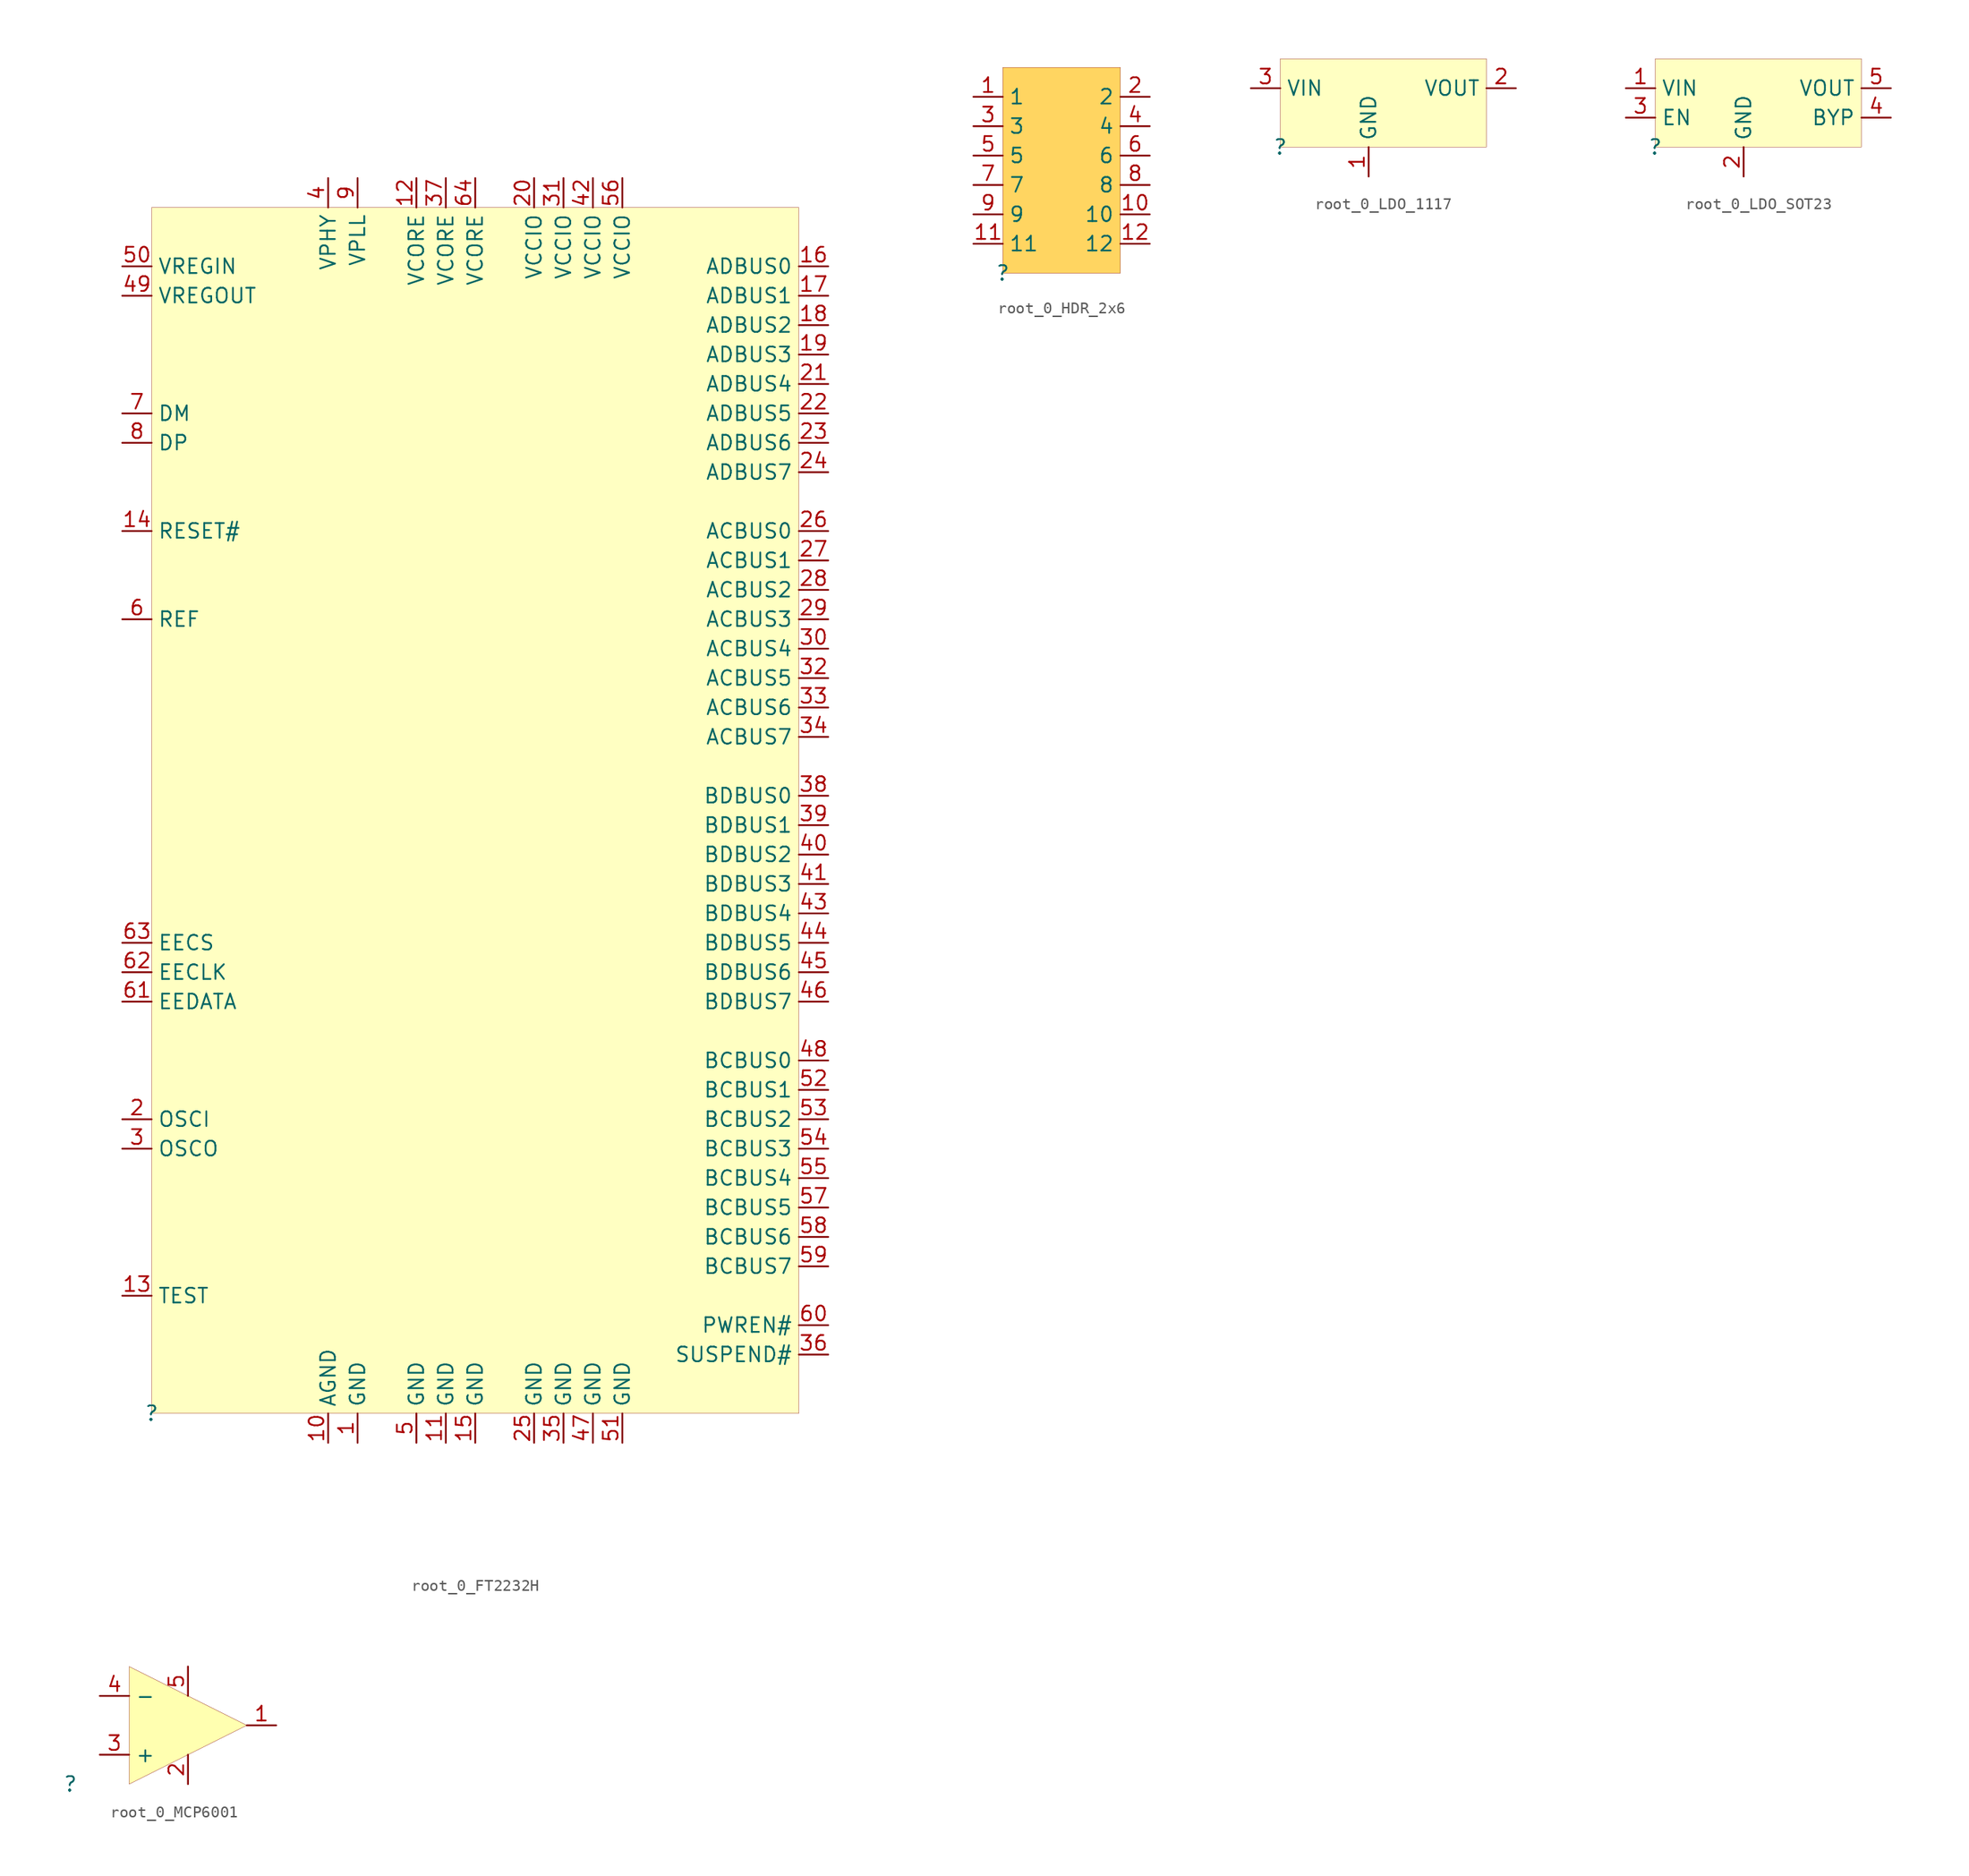
<source format=kicad_sym>
(kicad_symbol_lib
  (version 20231120)
  (generator "kicad_symbol_editor")
  (generator_version "8.0")
  (symbol "root_0_FT2232H"
    (property "Reference" ""
      (at 0 0 0)
      (effects (font (size 1.27 1.27))))
    (property "Value" ""
      (at 0 0 0)
      (effects (font (size 1.27 1.27))))
    (symbol "root_0_FT2232H_1_0"
      (rectangle (start 55.88 104.14) (end 0 0) (stroke (width 0.025) (type solid) (color 128 0 0 1)) (fill (type background)))
      (pin passive line (at 17.78 -2.54 90) (length 2.54) (name "GND" (effects (font (size 1.27 1.27)))) (number "1" (effects (font (size 1.27 1.27)))))
      (pin passive line (at 15.24 -2.54 90) (length 2.54) (name "AGND" (effects (font (size 1.27 1.27)))) (number "10" (effects (font (size 1.27 1.27)))))
      (pin passive line (at 25.4 -2.54 90) (length 2.54) (name "GND" (effects (font (size 1.27 1.27)))) (number "11" (effects (font (size 1.27 1.27)))))
      (pin passive line (at 22.86 106.68 270) (length 2.54) (name "VCORE" (effects (font (size 1.27 1.27)))) (number "12" (effects (font (size 1.27 1.27)))))
      (pin passive line (at -2.54 10.16 0) (length 2.54) (name "TEST" (effects (font (size 1.27 1.27)))) (number "13" (effects (font (size 1.27 1.27)))))
      (pin passive line (at -2.54 76.2 0) (length 2.54) (name "RESET#" (effects (font (size 1.27 1.27)))) (number "14" (effects (font (size 1.27 1.27)))))
      (pin passive line (at 27.94 -2.54 90) (length 2.54) (name "GND" (effects (font (size 1.27 1.27)))) (number "15" (effects (font (size 1.27 1.27)))))
      (pin passive line (at 58.42 99.06 180) (length 2.54) (name "ADBUS0" (effects (font (size 1.27 1.27)))) (number "16" (effects (font (size 1.27 1.27)))))
      (pin passive line (at 58.42 96.52 180) (length 2.54) (name "ADBUS1" (effects (font (size 1.27 1.27)))) (number "17" (effects (font (size 1.27 1.27)))))
      (pin passive line (at 58.42 93.98 180) (length 2.54) (name "ADBUS2" (effects (font (size 1.27 1.27)))) (number "18" (effects (font (size 1.27 1.27)))))
      (pin passive line (at 58.42 91.44 180) (length 2.54) (name "ADBUS3" (effects (font (size 1.27 1.27)))) (number "19" (effects (font (size 1.27 1.27)))))
      (pin passive line (at -2.54 25.4 0) (length 2.54) (name "OSCI" (effects (font (size 1.27 1.27)))) (number "2" (effects (font (size 1.27 1.27)))))
      (pin passive line (at 33.02 106.68 270) (length 2.54) (name "VCCIO" (effects (font (size 1.27 1.27)))) (number "20" (effects (font (size 1.27 1.27)))))
      (pin passive line (at 58.42 88.9 180) (length 2.54) (name "ADBUS4" (effects (font (size 1.27 1.27)))) (number "21" (effects (font (size 1.27 1.27)))))
      (pin passive line (at 58.42 86.36 180) (length 2.54) (name "ADBUS5" (effects (font (size 1.27 1.27)))) (number "22" (effects (font (size 1.27 1.27)))))
      (pin passive line (at 58.42 83.82 180) (length 2.54) (name "ADBUS6" (effects (font (size 1.27 1.27)))) (number "23" (effects (font (size 1.27 1.27)))))
      (pin passive line (at 58.42 81.28 180) (length 2.54) (name "ADBUS7" (effects (font (size 1.27 1.27)))) (number "24" (effects (font (size 1.27 1.27)))))
      (pin passive line (at 33.02 -2.54 90) (length 2.54) (name "GND" (effects (font (size 1.27 1.27)))) (number "25" (effects (font (size 1.27 1.27)))))
      (pin passive line (at 58.42 76.2 180) (length 2.54) (name "ACBUS0" (effects (font (size 1.27 1.27)))) (number "26" (effects (font (size 1.27 1.27)))))
      (pin passive line (at 58.42 73.66 180) (length 2.54) (name "ACBUS1" (effects (font (size 1.27 1.27)))) (number "27" (effects (font (size 1.27 1.27)))))
      (pin passive line (at 58.42 71.12 180) (length 2.54) (name "ACBUS2" (effects (font (size 1.27 1.27)))) (number "28" (effects (font (size 1.27 1.27)))))
      (pin passive line (at 58.42 68.58 180) (length 2.54) (name "ACBUS3" (effects (font (size 1.27 1.27)))) (number "29" (effects (font (size 1.27 1.27)))))
      (pin passive line (at -2.54 22.86 0) (length 2.54) (name "OSCO" (effects (font (size 1.27 1.27)))) (number "3" (effects (font (size 1.27 1.27)))))
      (pin passive line (at 58.42 66.04 180) (length 2.54) (name "ACBUS4" (effects (font (size 1.27 1.27)))) (number "30" (effects (font (size 1.27 1.27)))))
      (pin passive line (at 35.56 106.68 270) (length 2.54) (name "VCCIO" (effects (font (size 1.27 1.27)))) (number "31" (effects (font (size 1.27 1.27)))))
      (pin passive line (at 58.42 63.5 180) (length 2.54) (name "ACBUS5" (effects (font (size 1.27 1.27)))) (number "32" (effects (font (size 1.27 1.27)))))
      (pin passive line (at 58.42 60.96 180) (length 2.54) (name "ACBUS6" (effects (font (size 1.27 1.27)))) (number "33" (effects (font (size 1.27 1.27)))))
      (pin passive line (at 58.42 58.42 180) (length 2.54) (name "ACBUS7" (effects (font (size 1.27 1.27)))) (number "34" (effects (font (size 1.27 1.27)))))
      (pin passive line (at 35.56 -2.54 90) (length 2.54) (name "GND" (effects (font (size 1.27 1.27)))) (number "35" (effects (font (size 1.27 1.27)))))
      (pin passive line (at 58.42 5.08 180) (length 2.54) (name "SUSPEND#" (effects (font (size 1.27 1.27)))) (number "36" (effects (font (size 1.27 1.27)))))
      (pin passive line (at 25.4 106.68 270) (length 2.54) (name "VCORE" (effects (font (size 1.27 1.27)))) (number "37" (effects (font (size 1.27 1.27)))))
      (pin passive line (at 58.42 53.34 180) (length 2.54) (name "BDBUS0" (effects (font (size 1.27 1.27)))) (number "38" (effects (font (size 1.27 1.27)))))
      (pin passive line (at 58.42 50.8 180) (length 2.54) (name "BDBUS1" (effects (font (size 1.27 1.27)))) (number "39" (effects (font (size 1.27 1.27)))))
      (pin passive line (at 15.24 106.68 270) (length 2.54) (name "VPHY" (effects (font (size 1.27 1.27)))) (number "4" (effects (font (size 1.27 1.27)))))
      (pin passive line (at 58.42 48.26 180) (length 2.54) (name "BDBUS2" (effects (font (size 1.27 1.27)))) (number "40" (effects (font (size 1.27 1.27)))))
      (pin passive line (at 58.42 45.72 180) (length 2.54) (name "BDBUS3" (effects (font (size 1.27 1.27)))) (number "41" (effects (font (size 1.27 1.27)))))
      (pin passive line (at 38.1 106.68 270) (length 2.54) (name "VCCIO" (effects (font (size 1.27 1.27)))) (number "42" (effects (font (size 1.27 1.27)))))
      (pin passive line (at 58.42 43.18 180) (length 2.54) (name "BDBUS4" (effects (font (size 1.27 1.27)))) (number "43" (effects (font (size 1.27 1.27)))))
      (pin passive line (at 58.42 40.64 180) (length 2.54) (name "BDBUS5" (effects (font (size 1.27 1.27)))) (number "44" (effects (font (size 1.27 1.27)))))
      (pin passive line (at 58.42 38.1 180) (length 2.54) (name "BDBUS6" (effects (font (size 1.27 1.27)))) (number "45" (effects (font (size 1.27 1.27)))))
      (pin passive line (at 58.42 35.56 180) (length 2.54) (name "BDBUS7" (effects (font (size 1.27 1.27)))) (number "46" (effects (font (size 1.27 1.27)))))
      (pin passive line (at 38.1 -2.54 90) (length 2.54) (name "GND" (effects (font (size 1.27 1.27)))) (number "47" (effects (font (size 1.27 1.27)))))
      (pin passive line (at 58.42 30.48 180) (length 2.54) (name "BCBUS0" (effects (font (size 1.27 1.27)))) (number "48" (effects (font (size 1.27 1.27)))))
      (pin passive line (at -2.54 96.52 0) (length 2.54) (name "VREGOUT" (effects (font (size 1.27 1.27)))) (number "49" (effects (font (size 1.27 1.27)))))
      (pin passive line (at 22.86 -2.54 90) (length 2.54) (name "GND" (effects (font (size 1.27 1.27)))) (number "5" (effects (font (size 1.27 1.27)))))
      (pin passive line (at -2.54 99.06 0) (length 2.54) (name "VREGIN" (effects (font (size 1.27 1.27)))) (number "50" (effects (font (size 1.27 1.27)))))
      (pin passive line (at 40.64 -2.54 90) (length 2.54) (name "GND" (effects (font (size 1.27 1.27)))) (number "51" (effects (font (size 1.27 1.27)))))
      (pin passive line (at 58.42 27.94 180) (length 2.54) (name "BCBUS1" (effects (font (size 1.27 1.27)))) (number "52" (effects (font (size 1.27 1.27)))))
      (pin passive line (at 58.42 25.4 180) (length 2.54) (name "BCBUS2" (effects (font (size 1.27 1.27)))) (number "53" (effects (font (size 1.27 1.27)))))
      (pin passive line (at 58.42 22.86 180) (length 2.54) (name "BCBUS3" (effects (font (size 1.27 1.27)))) (number "54" (effects (font (size 1.27 1.27)))))
      (pin passive line (at 58.42 20.32 180) (length 2.54) (name "BCBUS4" (effects (font (size 1.27 1.27)))) (number "55" (effects (font (size 1.27 1.27)))))
      (pin passive line (at 40.64 106.68 270) (length 2.54) (name "VCCIO" (effects (font (size 1.27 1.27)))) (number "56" (effects (font (size 1.27 1.27)))))
      (pin passive line (at 58.42 17.78 180) (length 2.54) (name "BCBUS5" (effects (font (size 1.27 1.27)))) (number "57" (effects (font (size 1.27 1.27)))))
      (pin passive line (at 58.42 15.24 180) (length 2.54) (name "BCBUS6" (effects (font (size 1.27 1.27)))) (number "58" (effects (font (size 1.27 1.27)))))
      (pin passive line (at 58.42 12.7 180) (length 2.54) (name "BCBUS7" (effects (font (size 1.27 1.27)))) (number "59" (effects (font (size 1.27 1.27)))))
      (pin passive line (at -2.54 68.58 0) (length 2.54) (name "REF" (effects (font (size 1.27 1.27)))) (number "6" (effects (font (size 1.27 1.27)))))
      (pin passive line (at 58.42 7.62 180) (length 2.54) (name "PWREN#" (effects (font (size 1.27 1.27)))) (number "60" (effects (font (size 1.27 1.27)))))
      (pin passive line (at -2.54 35.56 0) (length 2.54) (name "EEDATA" (effects (font (size 1.27 1.27)))) (number "61" (effects (font (size 1.27 1.27)))))
      (pin passive line (at -2.54 38.1 0) (length 2.54) (name "EECLK" (effects (font (size 1.27 1.27)))) (number "62" (effects (font (size 1.27 1.27)))))
      (pin passive line (at -2.54 40.64 0) (length 2.54) (name "EECS" (effects (font (size 1.27 1.27)))) (number "63" (effects (font (size 1.27 1.27)))))
      (pin passive line (at 27.94 106.68 270) (length 2.54) (name "VCORE" (effects (font (size 1.27 1.27)))) (number "64" (effects (font (size 1.27 1.27)))))
      (pin passive line (at -2.54 86.36 0) (length 2.54) (name "DM" (effects (font (size 1.27 1.27)))) (number "7" (effects (font (size 1.27 1.27)))))
      (pin passive line (at -2.54 83.82 0) (length 2.54) (name "DP" (effects (font (size 1.27 1.27)))) (number "8" (effects (font (size 1.27 1.27)))))
      (pin passive line (at 17.78 106.68 270) (length 2.54) (name "VPLL" (effects (font (size 1.27 1.27)))) (number "9" (effects (font (size 1.27 1.27)))))))
  (symbol "root_0_HDR_2x6"
    (property "Reference" ""
      (at 0 0 0)
      (effects (font (size 1.27 1.27))))
    (property "Value" ""
      (at 0 0 0)
      (effects (font (size 1.27 1.27))))
    (symbol "root_0_HDR_2x6_1_0"
      (rectangle (start 10.16 17.78) (end 0 0) (stroke (width 0.025) (type solid) (color 128 0 0 1)) (fill (type color) (color 255 213 97 1)))
      (pin passive line (at -2.54 15.24 0) (length 2.54) (name "1" (effects (font (size 1.27 1.27)))) (number "1" (effects (font (size 1.27 1.27)))))
      (pin passive line (at 12.7 5.08 180) (length 2.54) (name "10" (effects (font (size 1.27 1.27)))) (number "10" (effects (font (size 1.27 1.27)))))
      (pin passive line (at -2.54 2.54 0) (length 2.54) (name "11" (effects (font (size 1.27 1.27)))) (number "11" (effects (font (size 1.27 1.27)))))
      (pin passive line (at 12.7 2.54 180) (length 2.54) (name "12" (effects (font (size 1.27 1.27)))) (number "12" (effects (font (size 1.27 1.27)))))
      (pin passive line (at 12.7 15.24 180) (length 2.54) (name "2" (effects (font (size 1.27 1.27)))) (number "2" (effects (font (size 1.27 1.27)))))
      (pin passive line (at -2.54 12.7 0) (length 2.54) (name "3" (effects (font (size 1.27 1.27)))) (number "3" (effects (font (size 1.27 1.27)))))
      (pin passive line (at 12.7 12.7 180) (length 2.54) (name "4" (effects (font (size 1.27 1.27)))) (number "4" (effects (font (size 1.27 1.27)))))
      (pin passive line (at -2.54 10.16 0) (length 2.54) (name "5" (effects (font (size 1.27 1.27)))) (number "5" (effects (font (size 1.27 1.27)))))
      (pin passive line (at 12.7 10.16 180) (length 2.54) (name "6" (effects (font (size 1.27 1.27)))) (number "6" (effects (font (size 1.27 1.27)))))
      (pin passive line (at -2.54 7.62 0) (length 2.54) (name "7" (effects (font (size 1.27 1.27)))) (number "7" (effects (font (size 1.27 1.27)))))
      (pin passive line (at 12.7 7.62 180) (length 2.54) (name "8" (effects (font (size 1.27 1.27)))) (number "8" (effects (font (size 1.27 1.27)))))
      (pin passive line (at -2.54 5.08 0) (length 2.54) (name "9" (effects (font (size 1.27 1.27)))) (number "9" (effects (font (size 1.27 1.27)))))))
  (symbol "root_0_LDO_1117"
    (property "Reference" ""
      (at 0 0 0)
      (effects (font (size 1.27 1.27))))
    (property "Value" ""
      (at 0 0 0)
      (effects (font (size 1.27 1.27))))
    (symbol "root_0_LDO_1117_1_0"
      (rectangle (start 17.78 7.62) (end 0 0) (stroke (width 0.025) (type solid) (color 128 0 0 1)) (fill (type background)))
      (pin passive line (at 7.62 -2.54 90) (length 2.54) (name "GND" (effects (font (size 1.27 1.27)))) (number "1" (effects (font (size 1.27 1.27)))))
      (pin passive line (at 20.32 5.08 180) (length 2.54) (name "VOUT" (effects (font (size 1.27 1.27)))) (number "2" (effects (font (size 1.27 1.27)))))
      (pin passive line (at -2.54 5.08 0) (length 2.54) (name "VIN" (effects (font (size 1.27 1.27)))) (number "3" (effects (font (size 1.27 1.27)))))))
  (symbol "root_0_LDO_SOT23"
    (property "Reference" ""
      (at 0 0 0)
      (effects (font (size 1.27 1.27))))
    (property "Value" ""
      (at 0 0 0)
      (effects (font (size 1.27 1.27))))
    (symbol "root_0_LDO_SOT23_1_0"
      (rectangle (start 17.78 7.62) (end 0 0) (stroke (width 0.025) (type solid) (color 128 0 0 1)) (fill (type background)))
      (pin passive line (at -2.54 5.08 0) (length 2.54) (name "VIN" (effects (font (size 1.27 1.27)))) (number "1" (effects (font (size 1.27 1.27)))))
      (pin passive line (at 7.62 -2.54 90) (length 2.54) (name "GND" (effects (font (size 1.27 1.27)))) (number "2" (effects (font (size 1.27 1.27)))))
      (pin passive line (at -2.54 2.54 0) (length 2.54) (name "EN" (effects (font (size 1.27 1.27)))) (number "3" (effects (font (size 1.27 1.27)))))
      (pin passive line (at 20.32 2.54 180) (length 2.54) (name "BYP" (effects (font (size 1.27 1.27)))) (number "4" (effects (font (size 1.27 1.27)))))
      (pin passive line (at 20.32 5.08 180) (length 2.54) (name "VOUT" (effects (font (size 1.27 1.27)))) (number "5" (effects (font (size 1.27 1.27)))))))
  (symbol "root_0_MCP6001"
    (property "Reference" ""
      (at 0 0 0)
      (effects (font (size 1.27 1.27))))
    (property "Value" ""
      (at 0 0 0)
      (effects (font (size 1.27 1.27))))
    (symbol "root_0_MCP6001_1_0"
      (polyline (pts (xy 5.08 0) (xy 5.08 10.16) (xy 15.24 5.08) (xy 5.08 0)) (stroke (width 0.025) (type solid) (color 128 0 0 1)) (fill (type color) (color 255 255 176 1)))
      (pin passive line (at 17.78 5.08 180) (length 2.54) (name "Vout" (effects (font (size 0 0)))) (number "1" (effects (font (size 1.27 1.27)))))
      (pin passive line (at 10.16 0 90) (length 2.54) (name "V-" (effects (font (size 0 0)))) (number "2" (effects (font (size 1.27 1.27)))))
      (pin passive line (at 2.54 2.54 0) (length 2.54) (name "+" (effects (font (size 1.27 1.27)))) (number "3" (effects (font (size 1.27 1.27)))))
      (pin passive line (at 2.54 7.62 0) (length 2.54) (name "-" (effects (font (size 1.27 1.27)))) (number "4" (effects (font (size 1.27 1.27)))))
      (pin passive line (at 10.16 10.16 270) (length 2.54) (name "V+" (effects (font (size 0 0)))) (number "5" (effects (font (size 1.27 1.27))))))))
</source>
